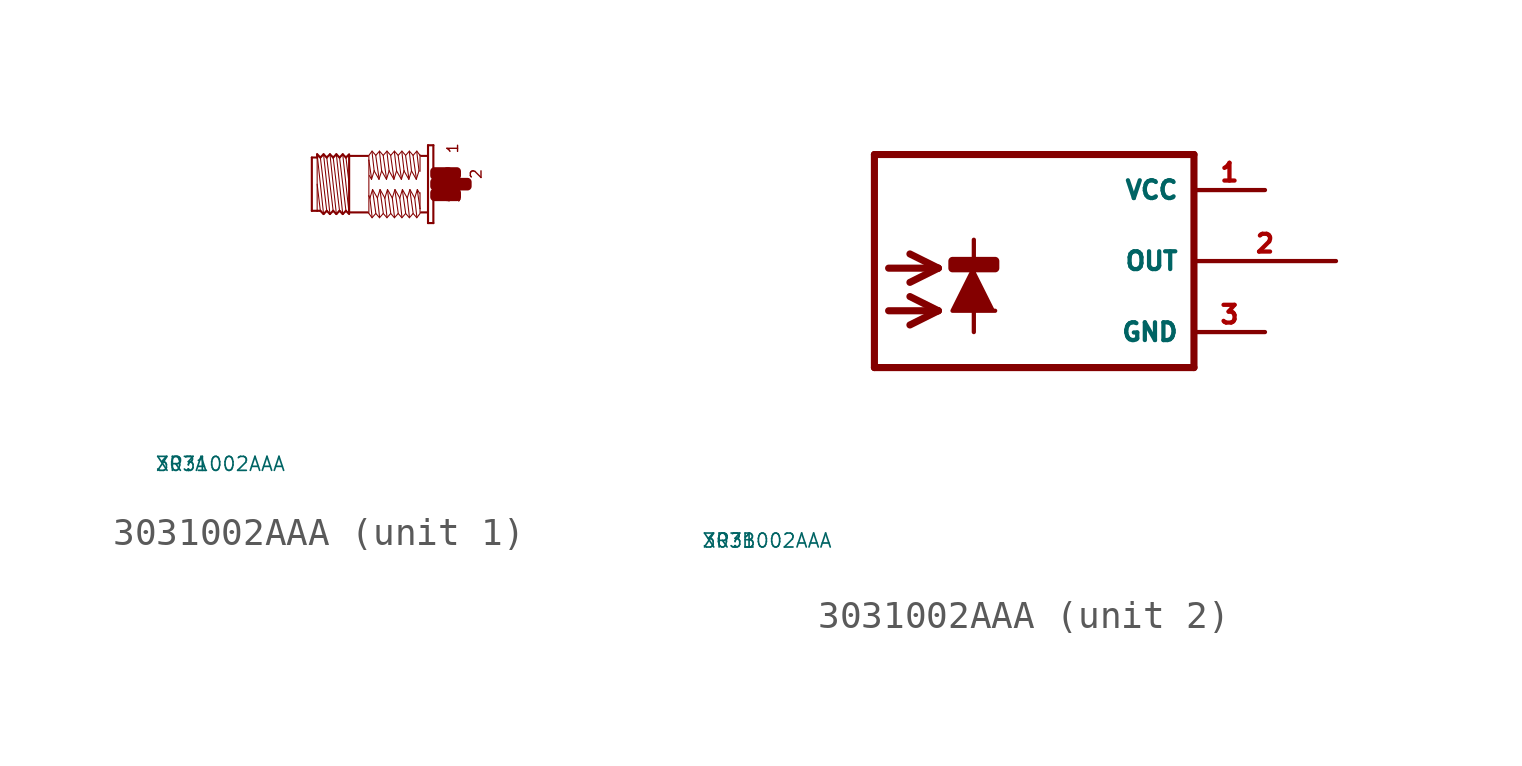
<source format=kicad_sym>
(kicad_symbol_lib
  (version 20220914)
  (generator Eagle2Kicad)
  (symbol "3031002AAA"
    (property "Reference" "XR"
      (at -10 -10 0)
      (effects (font (size 0.5 0.5) (thickness 0.06)) (justify left)))
    (property "Value" "3031002AAA"
      (at -10 -10 0)
      (effects (font (size 0.5 0.5) (thickness 0.06)) (justify left)))
    (symbol "3031002AAA_1_0"
      (polyline (pts (xy -3.048 -1.067) (xy -3.277 1.067)) (stroke (width 0.038) (type default)) (fill (type none)))
      (polyline (pts (xy -3.162 0.953) (xy -3.048 0)) (stroke (width 0.038) (type default)) (fill (type none)))
      (polyline (pts (xy -3.162 -0.953) (xy -3.391 0.953)) (stroke (width 0.038) (type default)) (fill (type none)))
      (polyline (pts (xy -3.277 -1.067) (xy -3.505 1.067)) (stroke (width 0.038) (type default)) (fill (type none)))
      (polyline (pts (xy -3.391 -0.953) (xy -3.619 0.953)) (stroke (width 0.038) (type default)) (fill (type none)))
      (polyline (pts (xy -3.505 -1.067) (xy -3.734 1.067)) (stroke (width 0.038) (type default)) (fill (type none)))
      (polyline (pts (xy -3.619 -0.953) (xy -3.848 0.953)) (stroke (width 0.038) (type default)) (fill (type none)))
      (polyline (pts (xy -3.734 -1.067) (xy -3.962 1.067)) (stroke (width 0.038) (type default)) (fill (type none)))
      (polyline (pts (xy -3.848 -0.953) (xy -4.077 0.953)) (stroke (width 0.038) (type default)) (fill (type none)))
      (polyline (pts (xy -3.962 -1.067) (xy -4.191 1.067)) (stroke (width 0.038) (type default)) (fill (type none)))
      (polyline (pts (xy -4.191 0) (xy -4.077 -0.953)) (stroke (width 0.038) (type default)) (fill (type none)))
      (polyline (pts (xy -4.191 1.029) (xy -4.191 0.953)) (stroke (width 0.038) (type default)) (fill (type none)))
      (polyline (pts (xy -4.191 0.953) (xy -4.191 -0.953)) (stroke (width 0.038) (type default)) (fill (type none)))
      (polyline (pts (xy -4.381 -0.953) (xy -4.381 0.953)) (stroke (width 0.076) (type default)) (fill (type none)))
      (polyline (pts (xy -4.381 0.953) (xy -4.191 0.953)) (stroke (width 0.076) (type default)) (fill (type none)))
      (polyline (pts (xy -4.191 0.953) (xy -4.191 1.067)) (stroke (width 0.076) (type default)) (fill (type none)))
      (polyline (pts (xy -4.191 1.067) (xy -4.077 0.953)) (stroke (width 0.076) (type default)) (fill (type none)))
      (polyline (pts (xy -4.077 0.953) (xy -3.962 1.067)) (stroke (width 0.076) (type default)) (fill (type none)))
      (polyline (pts (xy -3.962 1.067) (xy -3.848 0.953)) (stroke (width 0.076) (type default)) (fill (type none)))
      (polyline (pts (xy -3.848 0.953) (xy -3.734 1.067)) (stroke (width 0.076) (type default)) (fill (type none)))
      (polyline (pts (xy -3.734 1.067) (xy -3.619 0.953)) (stroke (width 0.076) (type default)) (fill (type none)))
      (polyline (pts (xy -3.619 0.953) (xy -3.505 1.067)) (stroke (width 0.076) (type default)) (fill (type none)))
      (polyline (pts (xy -3.277 1.067) (xy -3.162 0.953)) (stroke (width 0.076) (type default)) (fill (type none)))
      (polyline (pts (xy -3.162 0.953) (xy -3.048 1.067)) (stroke (width 0.076) (type default)) (fill (type none)))
      (polyline (pts (xy -3.048 -1.067) (xy -3.162 -0.953)) (stroke (width 0.076) (type default)) (fill (type none)))
      (polyline (pts (xy -3.162 -0.953) (xy -3.277 -1.067)) (stroke (width 0.076) (type default)) (fill (type none)))
      (polyline (pts (xy -3.277 -1.067) (xy -3.391 -0.953)) (stroke (width 0.076) (type default)) (fill (type none)))
      (polyline (pts (xy -3.391 -0.953) (xy -3.505 -1.067)) (stroke (width 0.076) (type default)) (fill (type none)))
      (polyline (pts (xy -3.505 -1.067) (xy -3.619 -0.953)) (stroke (width 0.076) (type default)) (fill (type none)))
      (polyline (pts (xy -3.619 -0.953) (xy -3.734 -1.067)) (stroke (width 0.076) (type default)) (fill (type none)))
      (polyline (pts (xy -3.734 -1.067) (xy -3.848 -0.953)) (stroke (width 0.076) (type default)) (fill (type none)))
      (polyline (pts (xy -3.848 -0.953) (xy -3.962 -1.067)) (stroke (width 0.076) (type default)) (fill (type none)))
      (polyline (pts (xy -3.962 -1.067) (xy -4.077 -0.953)) (stroke (width 0.076) (type default)) (fill (type none)))
      (polyline (pts (xy -4.077 -0.953) (xy -4.191 -0.953)) (stroke (width 0.076) (type default)) (fill (type none)))
      (polyline (pts (xy -4.191 -0.953) (xy -4.381 -0.953)) (stroke (width 0.076) (type default)) (fill (type none)))
      (polyline (pts (xy -3.048 1.029) (xy -3.048 1.01)) (stroke (width 0.076) (type default)) (fill (type none)))
      (polyline (pts (xy -3.048 1.01) (xy -3.048 -1.01)) (stroke (width 0.076) (type default)) (fill (type none)))
      (polyline (pts (xy -3.048 -1.01) (xy -3.048 -1.029)) (stroke (width 0.076) (type default)) (fill (type none)))
      (polyline (pts (xy -0.038 1.391) (xy -0.038 -1.391)) (stroke (width 0.076) (type default)) (fill (type none)))
      (polyline (pts (xy -0.038 -1.391) (xy -0.229 -1.391)) (stroke (width 0.076) (type default)) (fill (type none)))
      (polyline (pts (xy -0.229 -1.391) (xy -0.229 1.391)) (stroke (width 0.076) (type default)) (fill (type none)))
      (polyline (pts (xy -0.229 1.391) (xy -0.038 1.391)) (stroke (width 0.076) (type default)) (fill (type none)))
      (polyline (pts (xy -0.267 1.01) (xy -0.476 1.01)) (stroke (width 0.076) (type default)) (fill (type none)))
      (polyline (pts (xy -0.267 -1.01) (xy -0.476 -1.01)) (stroke (width 0.076) (type default)) (fill (type none)))
      (polyline (pts (xy -2.381 -1.01) (xy -3.048 -1.01)) (stroke (width 0.076) (type default)) (fill (type none)))
      (polyline (pts (xy -3.048 1.01) (xy -2.381 1.01)) (stroke (width 0.076) (type default)) (fill (type none)))
      (polyline (pts (xy -0.514 -1.048) (xy -0.629 -1.2)) (stroke (width 0.038) (type default)) (fill (type none)))
      (polyline (pts (xy -0.629 -1.2) (xy -0.762 -1.048)) (stroke (width 0.038) (type default)) (fill (type none)))
      (polyline (pts (xy -0.762 -1.048) (xy -0.895 -1.2)) (stroke (width 0.038) (type default)) (fill (type none)))
      (polyline (pts (xy -0.895 -1.2) (xy -1.029 -1.048)) (stroke (width 0.038) (type default)) (fill (type none)))
      (polyline (pts (xy -1.029 -1.048) (xy -1.162 -1.2)) (stroke (width 0.038) (type default)) (fill (type none)))
      (polyline (pts (xy -1.162 -1.2) (xy -1.295 -1.048)) (stroke (width 0.038) (type default)) (fill (type none)))
      (polyline (pts (xy -1.295 -1.048) (xy -1.429 -1.2)) (stroke (width 0.038) (type default)) (fill (type none)))
      (polyline (pts (xy -1.429 -1.2) (xy -1.562 -1.048)) (stroke (width 0.038) (type default)) (fill (type none)))
      (polyline (pts (xy -1.562 -1.048) (xy -1.696 -1.2)) (stroke (width 0.038) (type default)) (fill (type none)))
      (polyline (pts (xy -1.696 -1.2) (xy -1.829 -1.048)) (stroke (width 0.038) (type default)) (fill (type none)))
      (polyline (pts (xy -1.829 -1.048) (xy -1.962 -1.2)) (stroke (width 0.038) (type default)) (fill (type none)))
      (polyline (pts (xy -1.962 -1.2) (xy -2.095 -1.048)) (stroke (width 0.038) (type default)) (fill (type none)))
      (polyline (pts (xy -2.095 -1.048) (xy -2.229 -1.2)) (stroke (width 0.038) (type default)) (fill (type none)))
      (polyline (pts (xy -2.229 -1.2) (xy -2.343 -1.048)) (stroke (width 0.038) (type default)) (fill (type none)))
      (polyline (pts (xy -2.343 -1.048) (xy -2.343 -0.419)) (stroke (width 0.038) (type default)) (fill (type none)))
      (polyline (pts (xy -2.343 -0.419) (xy -2.343 0.857)) (stroke (width 0.038) (type default)) (fill (type none)))
      (polyline (pts (xy -2.343 0.857) (xy -2.343 1.029)) (stroke (width 0.038) (type default)) (fill (type none)))
      (polyline (pts (xy -0.514 1.048) (xy -0.514 1.029)) (stroke (width 0.038) (type default)) (fill (type none)))
      (polyline (pts (xy -0.514 1.029) (xy -0.514 0.457)) (stroke (width 0.038) (type default)) (fill (type none)))
      (polyline (pts (xy -0.514 -0.305) (xy -0.514 -0.876)) (stroke (width 0.038) (type default)) (fill (type none)))
      (polyline (pts (xy -0.514 -0.876) (xy -0.514 -1.029)) (stroke (width 0.038) (type default)) (fill (type none)))
      (polyline (pts (xy -0.533 -0.324) (xy -0.61 -0.191)) (stroke (width 0.038) (type default)) (fill (type none)))
      (polyline (pts (xy -0.61 -0.191) (xy -0.705 -0.495)) (stroke (width 0.038) (type default)) (fill (type none)))
      (polyline (pts (xy -0.705 -0.495) (xy -0.876 -0.191)) (stroke (width 0.038) (type default)) (fill (type none)))
      (polyline (pts (xy -0.876 -0.191) (xy -0.972 -0.495)) (stroke (width 0.038) (type default)) (fill (type none)))
      (polyline (pts (xy -0.972 -0.495) (xy -1.143 -0.191)) (stroke (width 0.038) (type default)) (fill (type none)))
      (polyline (pts (xy -1.143 -0.191) (xy -1.238 -0.495)) (stroke (width 0.038) (type default)) (fill (type none)))
      (polyline (pts (xy -1.238 -0.495) (xy -1.41 -0.191)) (stroke (width 0.038) (type default)) (fill (type none)))
      (polyline (pts (xy -1.41 -0.191) (xy -1.505 -0.495)) (stroke (width 0.038) (type default)) (fill (type none)))
      (polyline (pts (xy -1.505 -0.495) (xy -1.676 -0.191)) (stroke (width 0.038) (type default)) (fill (type none)))
      (polyline (pts (xy -1.676 -0.191) (xy -1.772 -0.495)) (stroke (width 0.038) (type default)) (fill (type none)))
      (polyline (pts (xy -1.772 -0.495) (xy -1.943 -0.191)) (stroke (width 0.038) (type default)) (fill (type none)))
      (polyline (pts (xy -1.943 -0.191) (xy -2.038 -0.495)) (stroke (width 0.038) (type default)) (fill (type none)))
      (polyline (pts (xy -2.038 -0.495) (xy -2.21 -0.191)) (stroke (width 0.038) (type default)) (fill (type none)))
      (polyline (pts (xy -2.21 -0.191) (xy -2.305 -0.495)) (stroke (width 0.038) (type default)) (fill (type none)))
      (polyline (pts (xy -2.305 -0.495) (xy -2.343 -0.419)) (stroke (width 0.038) (type default)) (fill (type none)))
      (polyline (pts (xy -2.229 -1.162) (xy -2.305 -0.495)) (stroke (width 0.038) (type default)) (fill (type none)))
      (polyline (pts (xy -2.095 -1.029) (xy -2.21 -0.229)) (stroke (width 0.038) (type default)) (fill (type none)))
      (polyline (pts (xy -1.962 -1.162) (xy -2.038 -0.495)) (stroke (width 0.038) (type default)) (fill (type none)))
      (polyline (pts (xy -1.829 -1.029) (xy -1.943 -0.229)) (stroke (width 0.038) (type default)) (fill (type none)))
      (polyline (pts (xy -1.562 -1.029) (xy -1.676 -0.229)) (stroke (width 0.038) (type default)) (fill (type none)))
      (polyline (pts (xy -1.429 -1.162) (xy -1.505 -0.495)) (stroke (width 0.038) (type default)) (fill (type none)))
      (polyline (pts (xy -1.295 -1.029) (xy -1.41 -0.229)) (stroke (width 0.038) (type default)) (fill (type none)))
      (polyline (pts (xy -1.162 -1.162) (xy -1.238 -0.495)) (stroke (width 0.038) (type default)) (fill (type none)))
      (polyline (pts (xy -1.029 -1.029) (xy -1.143 -0.229)) (stroke (width 0.038) (type default)) (fill (type none)))
      (polyline (pts (xy -0.895 -1.162) (xy -0.972 -0.495)) (stroke (width 0.038) (type default)) (fill (type none)))
      (polyline (pts (xy -0.762 -1.029) (xy -0.876 -0.229)) (stroke (width 0.038) (type default)) (fill (type none)))
      (polyline (pts (xy -0.629 -1.162) (xy -0.705 -0.495)) (stroke (width 0.038) (type default)) (fill (type none)))
      (polyline (pts (xy -0.514 -0.876) (xy -0.61 -0.229)) (stroke (width 0.038) (type default)) (fill (type none)))
      (polyline (pts (xy -2.343 1.029) (xy -2.229 1.181)) (stroke (width 0.038) (type default)) (fill (type none)))
      (polyline (pts (xy -2.229 1.181) (xy -2.095 1.029)) (stroke (width 0.038) (type default)) (fill (type none)))
      (polyline (pts (xy -2.095 1.029) (xy -1.962 1.181)) (stroke (width 0.038) (type default)) (fill (type none)))
      (polyline (pts (xy -1.962 1.181) (xy -1.829 1.029)) (stroke (width 0.038) (type default)) (fill (type none)))
      (polyline (pts (xy -1.829 1.029) (xy -1.696 1.181)) (stroke (width 0.038) (type default)) (fill (type none)))
      (polyline (pts (xy -1.696 1.181) (xy -1.562 1.029)) (stroke (width 0.038) (type default)) (fill (type none)))
      (polyline (pts (xy -1.562 1.029) (xy -1.429 1.181)) (stroke (width 0.038) (type default)) (fill (type none)))
      (polyline (pts (xy -1.429 1.181) (xy -1.295 1.029)) (stroke (width 0.038) (type default)) (fill (type none)))
      (polyline (pts (xy -1.295 1.029) (xy -1.162 1.181)) (stroke (width 0.038) (type default)) (fill (type none)))
      (polyline (pts (xy -1.162 1.181) (xy -1.029 1.029)) (stroke (width 0.038) (type default)) (fill (type none)))
      (polyline (pts (xy -1.029 1.029) (xy -0.895 1.181)) (stroke (width 0.038) (type default)) (fill (type none)))
      (polyline (pts (xy -0.895 1.181) (xy -0.762 1.029)) (stroke (width 0.038) (type default)) (fill (type none)))
      (polyline (pts (xy -0.762 1.029) (xy -0.629 1.181)) (stroke (width 0.038) (type default)) (fill (type none)))
      (polyline (pts (xy -0.629 1.181) (xy -0.514 1.029)) (stroke (width 0.038) (type default)) (fill (type none)))
      (polyline (pts (xy -2.324 0.305) (xy -2.248 0.172)) (stroke (width 0.038) (type default)) (fill (type none)))
      (polyline (pts (xy -2.248 0.172) (xy -2.153 0.476)) (stroke (width 0.038) (type default)) (fill (type none)))
      (polyline (pts (xy -2.153 0.476) (xy -1.981 0.172)) (stroke (width 0.038) (type default)) (fill (type none)))
      (polyline (pts (xy -1.981 0.172) (xy -1.886 0.476)) (stroke (width 0.038) (type default)) (fill (type none)))
      (polyline (pts (xy -1.886 0.476) (xy -1.714 0.172)) (stroke (width 0.038) (type default)) (fill (type none)))
      (polyline (pts (xy -1.714 0.172) (xy -1.619 0.476)) (stroke (width 0.038) (type default)) (fill (type none)))
      (polyline (pts (xy -1.619 0.476) (xy -1.448 0.172)) (stroke (width 0.038) (type default)) (fill (type none)))
      (polyline (pts (xy -1.448 0.172) (xy -1.353 0.476)) (stroke (width 0.038) (type default)) (fill (type none)))
      (polyline (pts (xy -1.353 0.476) (xy -1.181 0.172)) (stroke (width 0.038) (type default)) (fill (type none)))
      (polyline (pts (xy -1.181 0.172) (xy -1.086 0.476)) (stroke (width 0.038) (type default)) (fill (type none)))
      (polyline (pts (xy -1.086 0.476) (xy -0.914 0.172)) (stroke (width 0.038) (type default)) (fill (type none)))
      (polyline (pts (xy -0.914 0.172) (xy -0.819 0.476)) (stroke (width 0.038) (type default)) (fill (type none)))
      (polyline (pts (xy -0.819 0.476) (xy -0.648 0.172)) (stroke (width 0.038) (type default)) (fill (type none)))
      (polyline (pts (xy -0.648 0.172) (xy -0.552 0.476)) (stroke (width 0.038) (type default)) (fill (type none)))
      (polyline (pts (xy -0.629 1.143) (xy -0.552 0.476)) (stroke (width 0.038) (type default)) (fill (type none)))
      (polyline (pts (xy -0.762 1.01) (xy -0.648 0.21)) (stroke (width 0.038) (type default)) (fill (type none)))
      (polyline (pts (xy -0.895 1.143) (xy -0.819 0.476)) (stroke (width 0.038) (type default)) (fill (type none)))
      (polyline (pts (xy -1.029 1.01) (xy -0.914 0.21)) (stroke (width 0.038) (type default)) (fill (type none)))
      (polyline (pts (xy -1.162 1.143) (xy -1.086 0.476)) (stroke (width 0.038) (type default)) (fill (type none)))
      (polyline (pts (xy -1.295 1.01) (xy -1.181 0.21)) (stroke (width 0.038) (type default)) (fill (type none)))
      (polyline (pts (xy -1.429 1.143) (xy -1.353 0.476)) (stroke (width 0.038) (type default)) (fill (type none)))
      (polyline (pts (xy -1.562 1.01) (xy -1.448 0.21)) (stroke (width 0.038) (type default)) (fill (type none)))
      (polyline (pts (xy -1.696 1.143) (xy -1.619 0.476)) (stroke (width 0.038) (type default)) (fill (type none)))
      (polyline (pts (xy -1.829 1.01) (xy -1.714 0.21)) (stroke (width 0.038) (type default)) (fill (type none)))
      (polyline (pts (xy -1.962 1.143) (xy -1.886 0.476)) (stroke (width 0.038) (type default)) (fill (type none)))
      (polyline (pts (xy -2.095 1.01) (xy -1.981 0.21)) (stroke (width 0.038) (type default)) (fill (type none)))
      (polyline (pts (xy -2.229 1.143) (xy -2.153 0.476)) (stroke (width 0.038) (type default)) (fill (type none)))
      (polyline (pts (xy -2.343 0.857) (xy -2.248 0.21)) (stroke (width 0.038) (type default)) (fill (type none)))
      (polyline (pts (xy -1.696 -1.162) (xy -1.772 -0.495)) (stroke (width 0.038) (type default)) (fill (type none)))
      (polyline (pts (xy -3.277 1.067) (xy -3.391 0.953)) (stroke (width 0.076) (type default)) (fill (type none)))
      (polyline (pts (xy -3.391 0.953) (xy -3.505 1.067)) (stroke (width 0.076) (type default)) (fill (type none)))
      (text "1" (at 0.876 1.067 1800) (effects (font (size 0.381 0.381) (thickness 0.05)) (justify left bottom)))
      (text "3" (at 0.953 -0.686 1800) (effects (font (size 0.381 0.381) (thickness 0.05)) (justify left bottom)))
      (text "2" (at 1.714 0.152 1800) (effects (font (size 0.381 0.381) (thickness 0.05)) (justify left bottom)))
      (rectangle (start 0 -0.457) (end 0.495 -0.305) (stroke (width 0.3) (type default)) (fill (type outline)))
      (rectangle (start 0 -0.076) (end 0.876 0.076) (stroke (width 0.3) (type default)) (fill (type outline)))
      (rectangle (start 0.457 -0.457) (end 0.8 -0.305) (stroke (width 0.3) (type default)) (fill (type outline)))
      (rectangle (start 0.838 -0.076) (end 1.181 0.076) (stroke (width 0.3) (type default)) (fill (type outline)))
      (rectangle (start 0.457 0.305) (end 0.8 0.457) (stroke (width 0.3) (type default)) (fill (type outline)))
      (rectangle (start 0 0.305) (end 0.495 0.457) (stroke (width 0.3) (type default)) (fill (type outline))))
    (symbol "3031002AAA_2_0"
      (polyline (pts (xy -0.254 -0.254) (xy -1.016 -1.778) (xy 0.508 -1.778)) (stroke (width 0.152) (type default)) (fill (type outline)))
      (polyline (pts (xy -3.302 -0.254) (xy -1.524 -0.254)) (stroke (width 0.254) (type default)) (fill (type none)))
      (polyline (pts (xy -1.524 -0.254) (xy -2.54 -0.762)) (stroke (width 0.254) (type default)) (fill (type none)))
      (polyline (pts (xy -1.524 -0.254) (xy -2.54 0.254)) (stroke (width 0.254) (type default)) (fill (type none)))
      (polyline (pts (xy -3.302 -1.778) (xy -1.524 -1.778)) (stroke (width 0.254) (type default)) (fill (type none)))
      (polyline (pts (xy -1.524 -1.778) (xy -2.54 -2.286)) (stroke (width 0.254) (type default)) (fill (type none)))
      (polyline (pts (xy -1.524 -1.778) (xy -2.54 -1.27)) (stroke (width 0.254) (type default)) (fill (type none)))
      (polyline (pts (xy -0.254 0.762) (xy -0.254 -2.54)) (stroke (width 0.152) (type default)) (fill (type none)))
      (polyline (pts (xy 7.62 3.81) (xy -3.81 3.81)) (stroke (width 0.254) (type default)) (fill (type none)))
      (polyline (pts (xy -3.81 3.81) (xy -3.81 -3.81)) (stroke (width 0.254) (type default)) (fill (type none)))
      (polyline (pts (xy -3.81 -3.81) (xy 7.62 -3.81)) (stroke (width 0.254) (type default)) (fill (type none)))
      (polyline (pts (xy 7.62 -3.81) (xy 7.62 3.81)) (stroke (width 0.254) (type default)) (fill (type none)))
      (rectangle (start -1.016 -0.254) (end 0.508 0) (stroke (width 0.3) (type default)) (fill (type outline)))
      (pin unspecified line (at 10.16 2.54 180) (length 2.54) (name "VCC" (effects (font (size 0.635 0.635) (thickness 0.08)) (justify left bottom))) (number "1" (effects (font (size 0.635 0.635) (thickness 0.08)) (justify left bottom))))
      (pin unspecified line (at 10.16 -2.54 180) (length 2.54) (name "GND" (effects (font (size 0.635 0.635) (thickness 0.08)) (justify left bottom))) (number "3" (effects (font (size 0.635 0.635) (thickness 0.08)) (justify left bottom))))
      (pin output line (at 12.7 0 180) (length 5.08) (name "OUT" (effects (font (size 0.635 0.635) (thickness 0.08)) (justify left bottom))) (number "2" (effects (font (size 0.635 0.635) (thickness 0.08)) (justify left bottom)))))))
</source>
